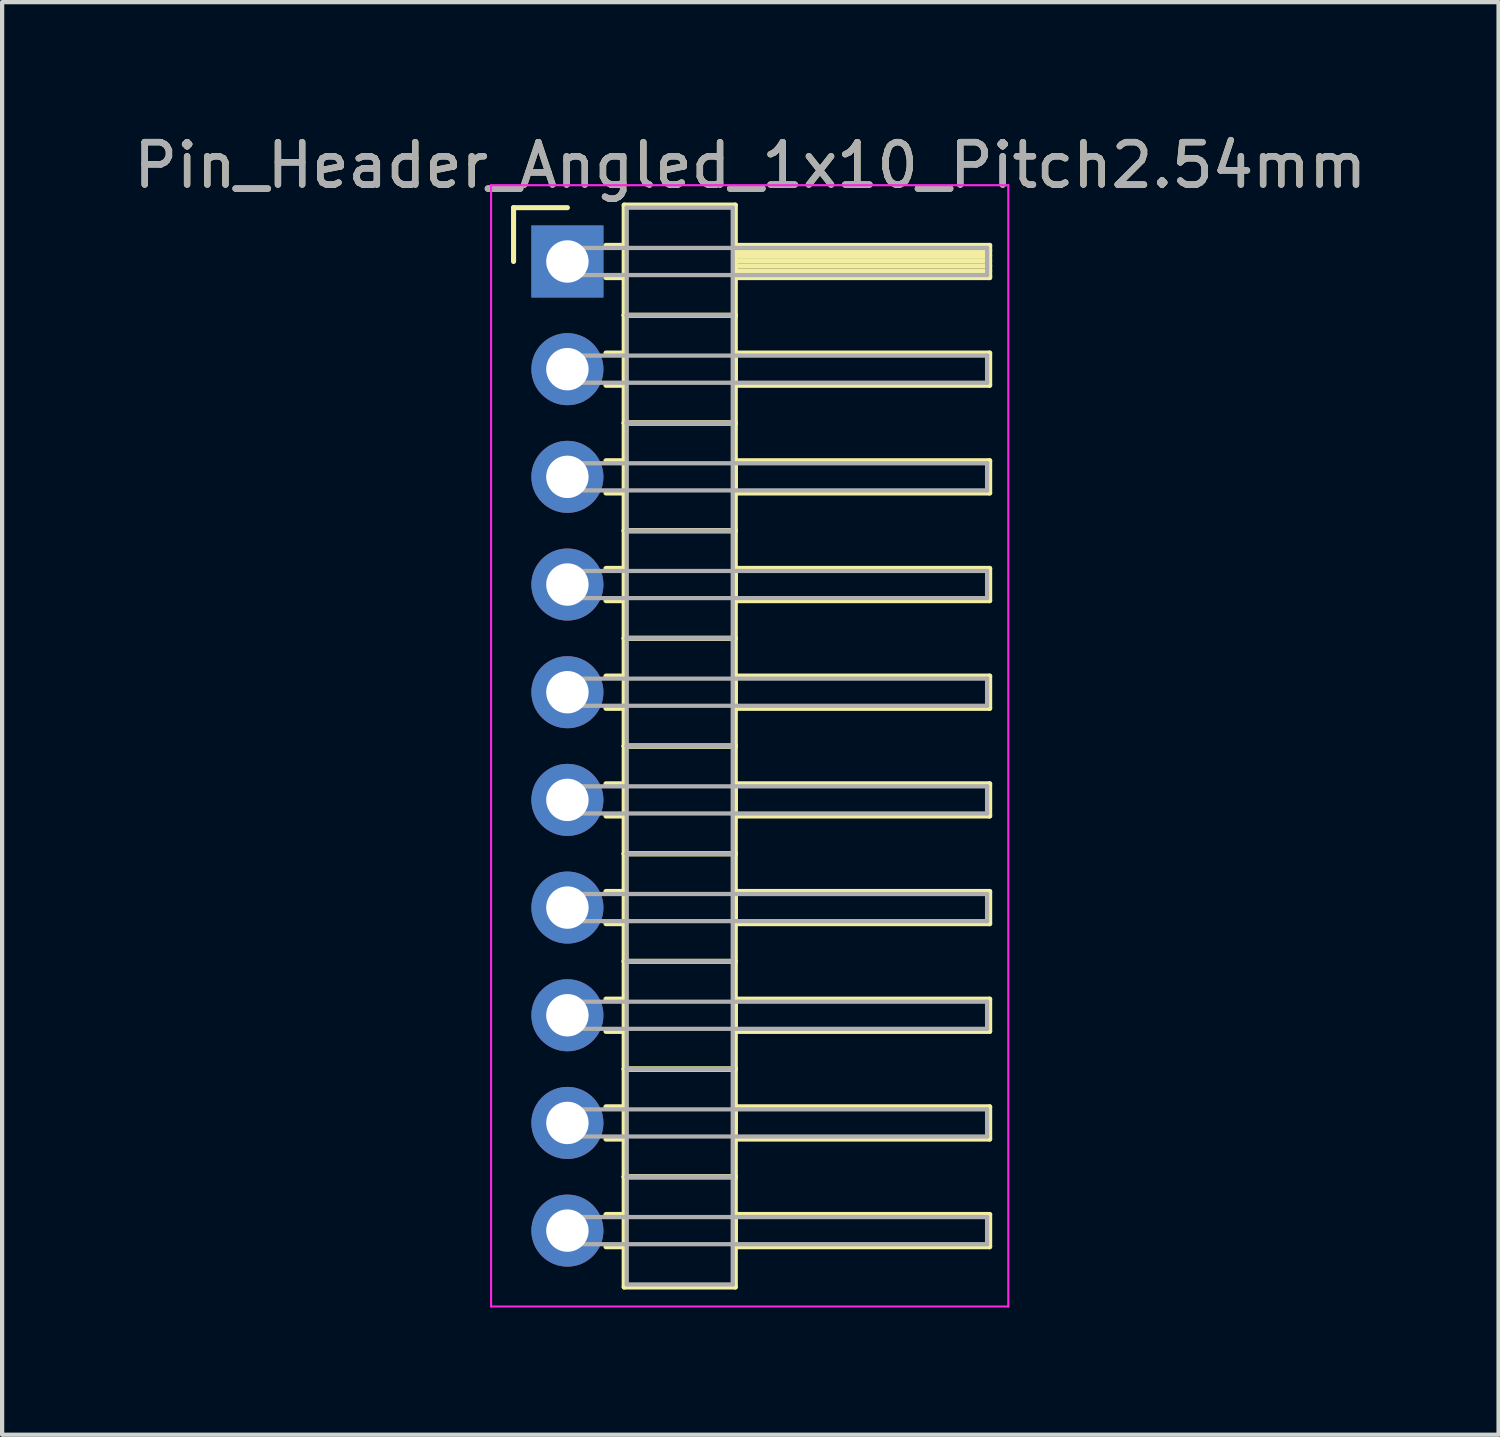
<source format=kicad_pcb>
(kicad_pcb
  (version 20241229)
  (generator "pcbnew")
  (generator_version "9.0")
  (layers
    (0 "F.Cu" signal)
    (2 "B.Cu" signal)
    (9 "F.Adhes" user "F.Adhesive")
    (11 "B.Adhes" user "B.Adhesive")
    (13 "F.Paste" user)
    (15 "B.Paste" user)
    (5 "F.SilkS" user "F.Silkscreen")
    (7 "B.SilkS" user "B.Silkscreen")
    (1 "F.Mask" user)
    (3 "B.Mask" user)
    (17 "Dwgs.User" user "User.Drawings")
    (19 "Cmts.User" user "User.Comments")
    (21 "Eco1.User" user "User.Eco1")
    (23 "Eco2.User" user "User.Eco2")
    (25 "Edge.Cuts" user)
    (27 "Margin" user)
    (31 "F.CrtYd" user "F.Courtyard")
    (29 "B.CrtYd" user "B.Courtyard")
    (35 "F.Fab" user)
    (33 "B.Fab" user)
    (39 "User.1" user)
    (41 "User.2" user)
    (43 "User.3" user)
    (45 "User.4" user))
  (footprint "Pin_Header_Angled_1x10_Pitch2.54mm"
    (layer "F.Cu")
    (at 10.334 3.118)
    (property "Reference" "Pin_Header_Angled_1x10_Pitch2.54mm" (at 4.315 -2.27 0) (layer "F.SilkS") (effects (font (size 1 1) (thickness 0.15))))
    (attr through_hole)
    (fp_line (start -1.27 -1.27) (end 0 -1.27) (stroke (width 0.12) (type solid)) (layer "F.SilkS"))
    (fp_line (start -1.27 0) (end -1.27 -1.27) (stroke (width 0.12) (type solid)) (layer "F.SilkS"))
    (fp_line (start 0.91 -0.38) (end 1.34 -0.38) (stroke (width 0.12) (type solid)) (layer "F.SilkS"))
    (fp_line (start 0.91 0.38) (end 1.34 0.38) (stroke (width 0.12) (type solid)) (layer "F.SilkS"))
    (fp_line (start 0.91 2.16) (end 1.34 2.16) (stroke (width 0.12) (type solid)) (layer "F.SilkS"))
    (fp_line (start 0.91 2.92) (end 1.34 2.92) (stroke (width 0.12) (type solid)) (layer "F.SilkS"))
    (fp_line (start 0.91 4.7) (end 1.34 4.7) (stroke (width 0.12) (type solid)) (layer "F.SilkS"))
    (fp_line (start 0.91 5.46) (end 1.34 5.46) (stroke (width 0.12) (type solid)) (layer "F.SilkS"))
    (fp_line (start 0.91 7.24) (end 1.34 7.24) (stroke (width 0.12) (type solid)) (layer "F.SilkS"))
    (fp_line (start 0.91 8) (end 1.34 8) (stroke (width 0.12) (type solid)) (layer "F.SilkS"))
    (fp_line (start 0.91 9.78) (end 1.34 9.78) (stroke (width 0.12) (type solid)) (layer "F.SilkS"))
    (fp_line (start 0.91 10.54) (end 1.34 10.54) (stroke (width 0.12) (type solid)) (layer "F.SilkS"))
    (fp_line (start 0.91 12.32) (end 1.34 12.32) (stroke (width 0.12) (type solid)) (layer "F.SilkS"))
    (fp_line (start 0.91 13.08) (end 1.34 13.08) (stroke (width 0.12) (type solid)) (layer "F.SilkS"))
    (fp_line (start 0.91 14.86) (end 1.34 14.86) (stroke (width 0.12) (type solid)) (layer "F.SilkS"))
    (fp_line (start 0.91 15.62) (end 1.34 15.62) (stroke (width 0.12) (type solid)) (layer "F.SilkS"))
    (fp_line (start 0.91 17.4) (end 1.34 17.4) (stroke (width 0.12) (type solid)) (layer "F.SilkS"))
    (fp_line (start 0.91 18.16) (end 1.34 18.16) (stroke (width 0.12) (type solid)) (layer "F.SilkS"))
    (fp_line (start 0.91 19.94) (end 1.34 19.94) (stroke (width 0.12) (type solid)) (layer "F.SilkS"))
    (fp_line (start 0.91 20.7) (end 1.34 20.7) (stroke (width 0.12) (type solid)) (layer "F.SilkS"))
    (fp_line (start 0.91 22.48) (end 1.34 22.48) (stroke (width 0.12) (type solid)) (layer "F.SilkS"))
    (fp_line (start 0.91 23.24) (end 1.34 23.24) (stroke (width 0.12) (type solid)) (layer "F.SilkS"))
    (fp_line (start 1.34 -1.33) (end 1.34 1.27) (stroke (width 0.12) (type solid)) (layer "F.SilkS"))
    (fp_line (start 1.34 1.27) (end 1.34 3.81) (stroke (width 0.12) (type solid)) (layer "F.SilkS"))
    (fp_line (start 1.34 1.27) (end 3.96 1.27) (stroke (width 0.12) (type solid)) (layer "F.SilkS"))
    (fp_line (start 1.34 3.81) (end 1.34 6.35) (stroke (width 0.12) (type solid)) (layer "F.SilkS"))
    (fp_line (start 1.34 3.81) (end 3.96 3.81) (stroke (width 0.12) (type solid)) (layer "F.SilkS"))
    (fp_line (start 1.34 6.35) (end 1.34 8.89) (stroke (width 0.12) (type solid)) (layer "F.SilkS"))
    (fp_line (start 1.34 6.35) (end 3.96 6.35) (stroke (width 0.12) (type solid)) (layer "F.SilkS"))
    (fp_line (start 1.34 8.89) (end 1.34 11.43) (stroke (width 0.12) (type solid)) (layer "F.SilkS"))
    (fp_line (start 1.34 8.89) (end 3.96 8.89) (stroke (width 0.12) (type solid)) (layer "F.SilkS"))
    (fp_line (start 1.34 11.43) (end 1.34 13.97) (stroke (width 0.12) (type solid)) (layer "F.SilkS"))
    (fp_line (start 1.34 11.43) (end 3.96 11.43) (stroke (width 0.12) (type solid)) (layer "F.SilkS"))
    (fp_line (start 1.34 13.97) (end 1.34 16.51) (stroke (width 0.12) (type solid)) (layer "F.SilkS"))
    (fp_line (start 1.34 13.97) (end 3.96 13.97) (stroke (width 0.12) (type solid)) (layer "F.SilkS"))
    (fp_line (start 1.34 16.51) (end 1.34 19.05) (stroke (width 0.12) (type solid)) (layer "F.SilkS"))
    (fp_line (start 1.34 16.51) (end 3.96 16.51) (stroke (width 0.12) (type solid)) (layer "F.SilkS"))
    (fp_line (start 1.34 19.05) (end 1.34 21.59) (stroke (width 0.12) (type solid)) (layer "F.SilkS"))
    (fp_line (start 1.34 19.05) (end 3.96 19.05) (stroke (width 0.12) (type solid)) (layer "F.SilkS"))
    (fp_line (start 1.34 21.59) (end 1.34 24.19) (stroke (width 0.12) (type solid)) (layer "F.SilkS"))
    (fp_line (start 1.34 21.59) (end 3.96 21.59) (stroke (width 0.12) (type solid)) (layer "F.SilkS"))
    (fp_line (start 1.34 24.19) (end 3.96 24.19) (stroke (width 0.12) (type solid)) (layer "F.SilkS"))
    (fp_line (start 3.96 -1.33) (end 1.34 -1.33) (stroke (width 0.12) (type solid)) (layer "F.SilkS"))
    (fp_line (start 3.96 -0.38) (end 3.96 0.38) (stroke (width 0.12) (type solid)) (layer "F.SilkS"))
    (fp_line (start 3.96 -0.26) (end 9.96 -0.26) (stroke (width 0.12) (type solid)) (layer "F.SilkS"))
    (fp_line (start 3.96 -0.14) (end 9.96 -0.14) (stroke (width 0.12) (type solid)) (layer "F.SilkS"))
    (fp_line (start 3.96 -0.02) (end 9.96 -0.02) (stroke (width 0.12) (type solid)) (layer "F.SilkS"))
    (fp_line (start 3.96 0.1) (end 9.96 0.1) (stroke (width 0.12) (type solid)) (layer "F.SilkS"))
    (fp_line (start 3.96 0.22) (end 9.96 0.22) (stroke (width 0.12) (type solid)) (layer "F.SilkS"))
    (fp_line (start 3.96 0.34) (end 9.96 0.34) (stroke (width 0.12) (type solid)) (layer "F.SilkS"))
    (fp_line (start 3.96 0.38) (end 9.96 0.38) (stroke (width 0.12) (type solid)) (layer "F.SilkS"))
    (fp_line (start 3.96 1.27) (end 1.34 1.27) (stroke (width 0.12) (type solid)) (layer "F.SilkS"))
    (fp_line (start 3.96 1.27) (end 3.96 -1.33) (stroke (width 0.12) (type solid)) (layer "F.SilkS"))
    (fp_line (start 3.96 2.16) (end 3.96 2.92) (stroke (width 0.12) (type solid)) (layer "F.SilkS"))
    (fp_line (start 3.96 2.92) (end 9.96 2.92) (stroke (width 0.12) (type solid)) (layer "F.SilkS"))
    (fp_line (start 3.96 3.81) (end 1.34 3.81) (stroke (width 0.12) (type solid)) (layer "F.SilkS"))
    (fp_line (start 3.96 3.81) (end 3.96 1.27) (stroke (width 0.12) (type solid)) (layer "F.SilkS"))
    (fp_line (start 3.96 4.7) (end 3.96 5.46) (stroke (width 0.12) (type solid)) (layer "F.SilkS"))
    (fp_line (start 3.96 5.46) (end 9.96 5.46) (stroke (width 0.12) (type solid)) (layer "F.SilkS"))
    (fp_line (start 3.96 6.35) (end 1.34 6.35) (stroke (width 0.12) (type solid)) (layer "F.SilkS"))
    (fp_line (start 3.96 6.35) (end 3.96 3.81) (stroke (width 0.12) (type solid)) (layer "F.SilkS"))
    (fp_line (start 3.96 7.24) (end 3.96 8) (stroke (width 0.12) (type solid)) (layer "F.SilkS"))
    (fp_line (start 3.96 8) (end 9.96 8) (stroke (width 0.12) (type solid)) (layer "F.SilkS"))
    (fp_line (start 3.96 8.89) (end 1.34 8.89) (stroke (width 0.12) (type solid)) (layer "F.SilkS"))
    (fp_line (start 3.96 8.89) (end 3.96 6.35) (stroke (width 0.12) (type solid)) (layer "F.SilkS"))
    (fp_line (start 3.96 9.78) (end 3.96 10.54) (stroke (width 0.12) (type solid)) (layer "F.SilkS"))
    (fp_line (start 3.96 10.54) (end 9.96 10.54) (stroke (width 0.12) (type solid)) (layer "F.SilkS"))
    (fp_line (start 3.96 11.43) (end 1.34 11.43) (stroke (width 0.12) (type solid)) (layer "F.SilkS"))
    (fp_line (start 3.96 11.43) (end 3.96 8.89) (stroke (width 0.12) (type solid)) (layer "F.SilkS"))
    (fp_line (start 3.96 12.32) (end 3.96 13.08) (stroke (width 0.12) (type solid)) (layer "F.SilkS"))
    (fp_line (start 3.96 13.08) (end 9.96 13.08) (stroke (width 0.12) (type solid)) (layer "F.SilkS"))
    (fp_line (start 3.96 13.97) (end 1.34 13.97) (stroke (width 0.12) (type solid)) (layer "F.SilkS"))
    (fp_line (start 3.96 13.97) (end 3.96 11.43) (stroke (width 0.12) (type solid)) (layer "F.SilkS"))
    (fp_line (start 3.96 14.86) (end 3.96 15.62) (stroke (width 0.12) (type solid)) (layer "F.SilkS"))
    (fp_line (start 3.96 15.62) (end 9.96 15.62) (stroke (width 0.12) (type solid)) (layer "F.SilkS"))
    (fp_line (start 3.96 16.51) (end 1.34 16.51) (stroke (width 0.12) (type solid)) (layer "F.SilkS"))
    (fp_line (start 3.96 16.51) (end 3.96 13.97) (stroke (width 0.12) (type solid)) (layer "F.SilkS"))
    (fp_line (start 3.96 17.4) (end 3.96 18.16) (stroke (width 0.12) (type solid)) (layer "F.SilkS"))
    (fp_line (start 3.96 18.16) (end 9.96 18.16) (stroke (width 0.12) (type solid)) (layer "F.SilkS"))
    (fp_line (start 3.96 19.05) (end 1.34 19.05) (stroke (width 0.12) (type solid)) (layer "F.SilkS"))
    (fp_line (start 3.96 19.05) (end 3.96 16.51) (stroke (width 0.12) (type solid)) (layer "F.SilkS"))
    (fp_line (start 3.96 19.94) (end 3.96 20.7) (stroke (width 0.12) (type solid)) (layer "F.SilkS"))
    (fp_line (start 3.96 20.7) (end 9.96 20.7) (stroke (width 0.12) (type solid)) (layer "F.SilkS"))
    (fp_line (start 3.96 21.59) (end 1.34 21.59) (stroke (width 0.12) (type solid)) (layer "F.SilkS"))
    (fp_line (start 3.96 21.59) (end 3.96 19.05) (stroke (width 0.12) (type solid)) (layer "F.SilkS"))
    (fp_line (start 3.96 22.48) (end 3.96 23.24) (stroke (width 0.12) (type solid)) (layer "F.SilkS"))
    (fp_line (start 3.96 23.24) (end 9.96 23.24) (stroke (width 0.12) (type solid)) (layer "F.SilkS"))
    (fp_line (start 3.96 24.19) (end 3.96 21.59) (stroke (width 0.12) (type solid)) (layer "F.SilkS"))
    (fp_line (start 9.96 -0.38) (end 3.96 -0.38) (stroke (width 0.12) (type solid)) (layer "F.SilkS"))
    (fp_line (start 9.96 0.38) (end 9.96 -0.38) (stroke (width 0.12) (type solid)) (layer "F.SilkS"))
    (fp_line (start 9.96 2.16) (end 3.96 2.16) (stroke (width 0.12) (type solid)) (layer "F.SilkS"))
    (fp_line (start 9.96 2.92) (end 9.96 2.16) (stroke (width 0.12) (type solid)) (layer "F.SilkS"))
    (fp_line (start 9.96 4.7) (end 3.96 4.7) (stroke (width 0.12) (type solid)) (layer "F.SilkS"))
    (fp_line (start 9.96 5.46) (end 9.96 4.7) (stroke (width 0.12) (type solid)) (layer "F.SilkS"))
    (fp_line (start 9.96 7.24) (end 3.96 7.24) (stroke (width 0.12) (type solid)) (layer "F.SilkS"))
    (fp_line (start 9.96 8) (end 9.96 7.24) (stroke (width 0.12) (type solid)) (layer "F.SilkS"))
    (fp_line (start 9.96 9.78) (end 3.96 9.78) (stroke (width 0.12) (type solid)) (layer "F.SilkS"))
    (fp_line (start 9.96 10.54) (end 9.96 9.78) (stroke (width 0.12) (type solid)) (layer "F.SilkS"))
    (fp_line (start 9.96 12.32) (end 3.96 12.32) (stroke (width 0.12) (type solid)) (layer "F.SilkS"))
    (fp_line (start 9.96 13.08) (end 9.96 12.32) (stroke (width 0.12) (type solid)) (layer "F.SilkS"))
    (fp_line (start 9.96 14.86) (end 3.96 14.86) (stroke (width 0.12) (type solid)) (layer "F.SilkS"))
    (fp_line (start 9.96 15.62) (end 9.96 14.86) (stroke (width 0.12) (type solid)) (layer "F.SilkS"))
    (fp_line (start 9.96 17.4) (end 3.96 17.4) (stroke (width 0.12) (type solid)) (layer "F.SilkS"))
    (fp_line (start 9.96 18.16) (end 9.96 17.4) (stroke (width 0.12) (type solid)) (layer "F.SilkS"))
    (fp_line (start 9.96 19.94) (end 3.96 19.94) (stroke (width 0.12) (type solid)) (layer "F.SilkS"))
    (fp_line (start 9.96 20.7) (end 9.96 19.94) (stroke (width 0.12) (type solid)) (layer "F.SilkS"))
    (fp_line (start 9.96 22.48) (end 3.96 22.48) (stroke (width 0.12) (type solid)) (layer "F.SilkS"))
    (fp_line (start 9.96 23.24) (end 9.96 22.48) (stroke (width 0.12) (type solid)) (layer "F.SilkS"))
    (fp_line (start -1.8 -1.8) (end -1.8 24.65) (stroke (width 0.05) (type solid)) (layer "F.CrtYd"))
    (fp_line (start -1.8 24.65) (end 10.4 24.65) (stroke (width 0.05) (type solid)) (layer "F.CrtYd"))
    (fp_line (start 10.4 -1.8) (end -1.8 -1.8) (stroke (width 0.05) (type solid)) (layer "F.CrtYd"))
    (fp_line (start 10.4 24.65) (end 10.4 -1.8) (stroke (width 0.05) (type solid)) (layer "F.CrtYd"))
    (fp_line (start 0 -0.32) (end 0 0.32) (stroke (width 0.1) (type solid)) (layer "F.Fab"))
    (fp_line (start 0 0.32) (end 9.9 0.32) (stroke (width 0.1) (type solid)) (layer "F.Fab"))
    (fp_line (start 0 2.22) (end 0 2.86) (stroke (width 0.1) (type solid)) (layer "F.Fab"))
    (fp_line (start 0 2.86) (end 9.9 2.86) (stroke (width 0.1) (type solid)) (layer "F.Fab"))
    (fp_line (start 0 4.76) (end 0 5.4) (stroke (width 0.1) (type solid)) (layer "F.Fab"))
    (fp_line (start 0 5.4) (end 9.9 5.4) (stroke (width 0.1) (type solid)) (layer "F.Fab"))
    (fp_line (start 0 7.3) (end 0 7.94) (stroke (width 0.1) (type solid)) (layer "F.Fab"))
    (fp_line (start 0 7.94) (end 9.9 7.94) (stroke (width 0.1) (type solid)) (layer "F.Fab"))
    (fp_line (start 0 9.84) (end 0 10.48) (stroke (width 0.1) (type solid)) (layer "F.Fab"))
    (fp_line (start 0 10.48) (end 9.9 10.48) (stroke (width 0.1) (type solid)) (layer "F.Fab"))
    (fp_line (start 0 12.38) (end 0 13.02) (stroke (width 0.1) (type solid)) (layer "F.Fab"))
    (fp_line (start 0 13.02) (end 9.9 13.02) (stroke (width 0.1) (type solid)) (layer "F.Fab"))
    (fp_line (start 0 14.92) (end 0 15.56) (stroke (width 0.1) (type solid)) (layer "F.Fab"))
    (fp_line (start 0 15.56) (end 9.9 15.56) (stroke (width 0.1) (type solid)) (layer "F.Fab"))
    (fp_line (start 0 17.46) (end 0 18.1) (stroke (width 0.1) (type solid)) (layer "F.Fab"))
    (fp_line (start 0 18.1) (end 9.9 18.1) (stroke (width 0.1) (type solid)) (layer "F.Fab"))
    (fp_line (start 0 20) (end 0 20.64) (stroke (width 0.1) (type solid)) (layer "F.Fab"))
    (fp_line (start 0 20.64) (end 9.9 20.64) (stroke (width 0.1) (type solid)) (layer "F.Fab"))
    (fp_line (start 0 22.54) (end 0 23.18) (stroke (width 0.1) (type solid)) (layer "F.Fab"))
    (fp_line (start 0 23.18) (end 9.9 23.18) (stroke (width 0.1) (type solid)) (layer "F.Fab"))
    (fp_line (start 1.4 -1.27) (end 1.4 1.27) (stroke (width 0.1) (type solid)) (layer "F.Fab"))
    (fp_line (start 1.4 1.27) (end 1.4 3.81) (stroke (width 0.1) (type solid)) (layer "F.Fab"))
    (fp_line (start 1.4 1.27) (end 3.9 1.27) (stroke (width 0.1) (type solid)) (layer "F.Fab"))
    (fp_line (start 1.4 3.81) (end 1.4 6.35) (stroke (width 0.1) (type solid)) (layer "F.Fab"))
    (fp_line (start 1.4 3.81) (end 3.9 3.81) (stroke (width 0.1) (type solid)) (layer "F.Fab"))
    (fp_line (start 1.4 6.35) (end 1.4 8.89) (stroke (width 0.1) (type solid)) (layer "F.Fab"))
    (fp_line (start 1.4 6.35) (end 3.9 6.35) (stroke (width 0.1) (type solid)) (layer "F.Fab"))
    (fp_line (start 1.4 8.89) (end 1.4 11.43) (stroke (width 0.1) (type solid)) (layer "F.Fab"))
    (fp_line (start 1.4 8.89) (end 3.9 8.89) (stroke (width 0.1) (type solid)) (layer "F.Fab"))
    (fp_line (start 1.4 11.43) (end 1.4 13.97) (stroke (width 0.1) (type solid)) (layer "F.Fab"))
    (fp_line (start 1.4 11.43) (end 3.9 11.43) (stroke (width 0.1) (type solid)) (layer "F.Fab"))
    (fp_line (start 1.4 13.97) (end 1.4 16.51) (stroke (width 0.1) (type solid)) (layer "F.Fab"))
    (fp_line (start 1.4 13.97) (end 3.9 13.97) (stroke (width 0.1) (type solid)) (layer "F.Fab"))
    (fp_line (start 1.4 16.51) (end 1.4 19.05) (stroke (width 0.1) (type solid)) (layer "F.Fab"))
    (fp_line (start 1.4 16.51) (end 3.9 16.51) (stroke (width 0.1) (type solid)) (layer "F.Fab"))
    (fp_line (start 1.4 19.05) (end 1.4 21.59) (stroke (width 0.1) (type solid)) (layer "F.Fab"))
    (fp_line (start 1.4 19.05) (end 3.9 19.05) (stroke (width 0.1) (type solid)) (layer "F.Fab"))
    (fp_line (start 1.4 21.59) (end 1.4 24.13) (stroke (width 0.1) (type solid)) (layer "F.Fab"))
    (fp_line (start 1.4 21.59) (end 3.9 21.59) (stroke (width 0.1) (type solid)) (layer "F.Fab"))
    (fp_line (start 1.4 24.13) (end 3.9 24.13) (stroke (width 0.1) (type solid)) (layer "F.Fab"))
    (fp_line (start 3.9 -1.27) (end 1.4 -1.27) (stroke (width 0.1) (type solid)) (layer "F.Fab"))
    (fp_line (start 3.9 1.27) (end 1.4 1.27) (stroke (width 0.1) (type solid)) (layer "F.Fab"))
    (fp_line (start 3.9 1.27) (end 3.9 -1.27) (stroke (width 0.1) (type solid)) (layer "F.Fab"))
    (fp_line (start 3.9 3.81) (end 1.4 3.81) (stroke (width 0.1) (type solid)) (layer "F.Fab"))
    (fp_line (start 3.9 3.81) (end 3.9 1.27) (stroke (width 0.1) (type solid)) (layer "F.Fab"))
    (fp_line (start 3.9 6.35) (end 1.4 6.35) (stroke (width 0.1) (type solid)) (layer "F.Fab"))
    (fp_line (start 3.9 6.35) (end 3.9 3.81) (stroke (width 0.1) (type solid)) (layer "F.Fab"))
    (fp_line (start 3.9 8.89) (end 1.4 8.89) (stroke (width 0.1) (type solid)) (layer "F.Fab"))
    (fp_line (start 3.9 8.89) (end 3.9 6.35) (stroke (width 0.1) (type solid)) (layer "F.Fab"))
    (fp_line (start 3.9 11.43) (end 1.4 11.43) (stroke (width 0.1) (type solid)) (layer "F.Fab"))
    (fp_line (start 3.9 11.43) (end 3.9 8.89) (stroke (width 0.1) (type solid)) (layer "F.Fab"))
    (fp_line (start 3.9 13.97) (end 1.4 13.97) (stroke (width 0.1) (type solid)) (layer "F.Fab"))
    (fp_line (start 3.9 13.97) (end 3.9 11.43) (stroke (width 0.1) (type solid)) (layer "F.Fab"))
    (fp_line (start 3.9 16.51) (end 1.4 16.51) (stroke (width 0.1) (type solid)) (layer "F.Fab"))
    (fp_line (start 3.9 16.51) (end 3.9 13.97) (stroke (width 0.1) (type solid)) (layer "F.Fab"))
    (fp_line (start 3.9 19.05) (end 1.4 19.05) (stroke (width 0.1) (type solid)) (layer "F.Fab"))
    (fp_line (start 3.9 19.05) (end 3.9 16.51) (stroke (width 0.1) (type solid)) (layer "F.Fab"))
    (fp_line (start 3.9 21.59) (end 1.4 21.59) (stroke (width 0.1) (type solid)) (layer "F.Fab"))
    (fp_line (start 3.9 21.59) (end 3.9 19.05) (stroke (width 0.1) (type solid)) (layer "F.Fab"))
    (fp_line (start 3.9 24.13) (end 3.9 21.59) (stroke (width 0.1) (type solid)) (layer "F.Fab"))
    (fp_line (start 9.9 -0.32) (end 0 -0.32) (stroke (width 0.1) (type solid)) (layer "F.Fab"))
    (fp_line (start 9.9 0.32) (end 9.9 -0.32) (stroke (width 0.1) (type solid)) (layer "F.Fab"))
    (fp_line (start 9.9 2.22) (end 0 2.22) (stroke (width 0.1) (type solid)) (layer "F.Fab"))
    (fp_line (start 9.9 2.86) (end 9.9 2.22) (stroke (width 0.1) (type solid)) (layer "F.Fab"))
    (fp_line (start 9.9 4.76) (end 0 4.76) (stroke (width 0.1) (type solid)) (layer "F.Fab"))
    (fp_line (start 9.9 5.4) (end 9.9 4.76) (stroke (width 0.1) (type solid)) (layer "F.Fab"))
    (fp_line (start 9.9 7.3) (end 0 7.3) (stroke (width 0.1) (type solid)) (layer "F.Fab"))
    (fp_line (start 9.9 7.94) (end 9.9 7.3) (stroke (width 0.1) (type solid)) (layer "F.Fab"))
    (fp_line (start 9.9 9.84) (end 0 9.84) (stroke (width 0.1) (type solid)) (layer "F.Fab"))
    (fp_line (start 9.9 10.48) (end 9.9 9.84) (stroke (width 0.1) (type solid)) (layer "F.Fab"))
    (fp_line (start 9.9 12.38) (end 0 12.38) (stroke (width 0.1) (type solid)) (layer "F.Fab"))
    (fp_line (start 9.9 13.02) (end 9.9 12.38) (stroke (width 0.1) (type solid)) (layer "F.Fab"))
    (fp_line (start 9.9 14.92) (end 0 14.92) (stroke (width 0.1) (type solid)) (layer "F.Fab"))
    (fp_line (start 9.9 15.56) (end 9.9 14.92) (stroke (width 0.1) (type solid)) (layer "F.Fab"))
    (fp_line (start 9.9 17.46) (end 0 17.46) (stroke (width 0.1) (type solid)) (layer "F.Fab"))
    (fp_line (start 9.9 18.1) (end 9.9 17.46) (stroke (width 0.1) (type solid)) (layer "F.Fab"))
    (fp_line (start 9.9 20) (end 0 20) (stroke (width 0.1) (type solid)) (layer "F.Fab"))
    (fp_line (start 9.9 20.64) (end 9.9 20) (stroke (width 0.1) (type solid)) (layer "F.Fab"))
    (fp_line (start 9.9 22.54) (end 0 22.54) (stroke (width 0.1) (type solid)) (layer "F.Fab"))
    (fp_line (start 9.9 23.18) (end 9.9 22.54) (stroke (width 0.1) (type solid)) (layer "F.Fab"))
    (fp_text user "${REFERENCE}" (at 4.315 -2.27 0) (layer "F.Fab") (effects (font (size 1 1) (thickness 0.15))))
    (pad "1" thru_hole rect (at 0 0) (size 1.7 1.7) (drill 1) (layers "*.Cu" "*.Mask"))
    (pad "2" thru_hole oval (at 0 2.54) (size 1.7 1.7) (drill 1) (layers "*.Cu" "*.Mask"))
    (pad "3" thru_hole oval (at 0 5.08) (size 1.7 1.7) (drill 1) (layers "*.Cu" "*.Mask"))
    (pad "4" thru_hole oval (at 0 7.62) (size 1.7 1.7) (drill 1) (layers "*.Cu" "*.Mask"))
    (pad "5" thru_hole oval (at 0 10.16) (size 1.7 1.7) (drill 1) (layers "*.Cu" "*.Mask"))
    (pad "6" thru_hole oval (at 0 12.7) (size 1.7 1.7) (drill 1) (layers "*.Cu" "*.Mask"))
    (pad "7" thru_hole oval (at 0 15.24) (size 1.7 1.7) (drill 1) (layers "*.Cu" "*.Mask"))
    (pad "8" thru_hole oval (at 0 17.78) (size 1.7 1.7) (drill 1) (layers "*.Cu" "*.Mask"))
    (pad "9" thru_hole oval (at 0 20.32) (size 1.7 1.7) (drill 1) (layers "*.Cu" "*.Mask"))
    (pad "10" thru_hole oval (at 0 22.86) (size 1.7 1.7) (drill 1) (layers "*.Cu" "*.Mask")))
  (gr_rect
    (start -3 -3)
    (end 32.298 30.793)
    (stroke (width 0.1) (type default))
    (fill no)
    (layer "Edge.Cuts")))
</source>
